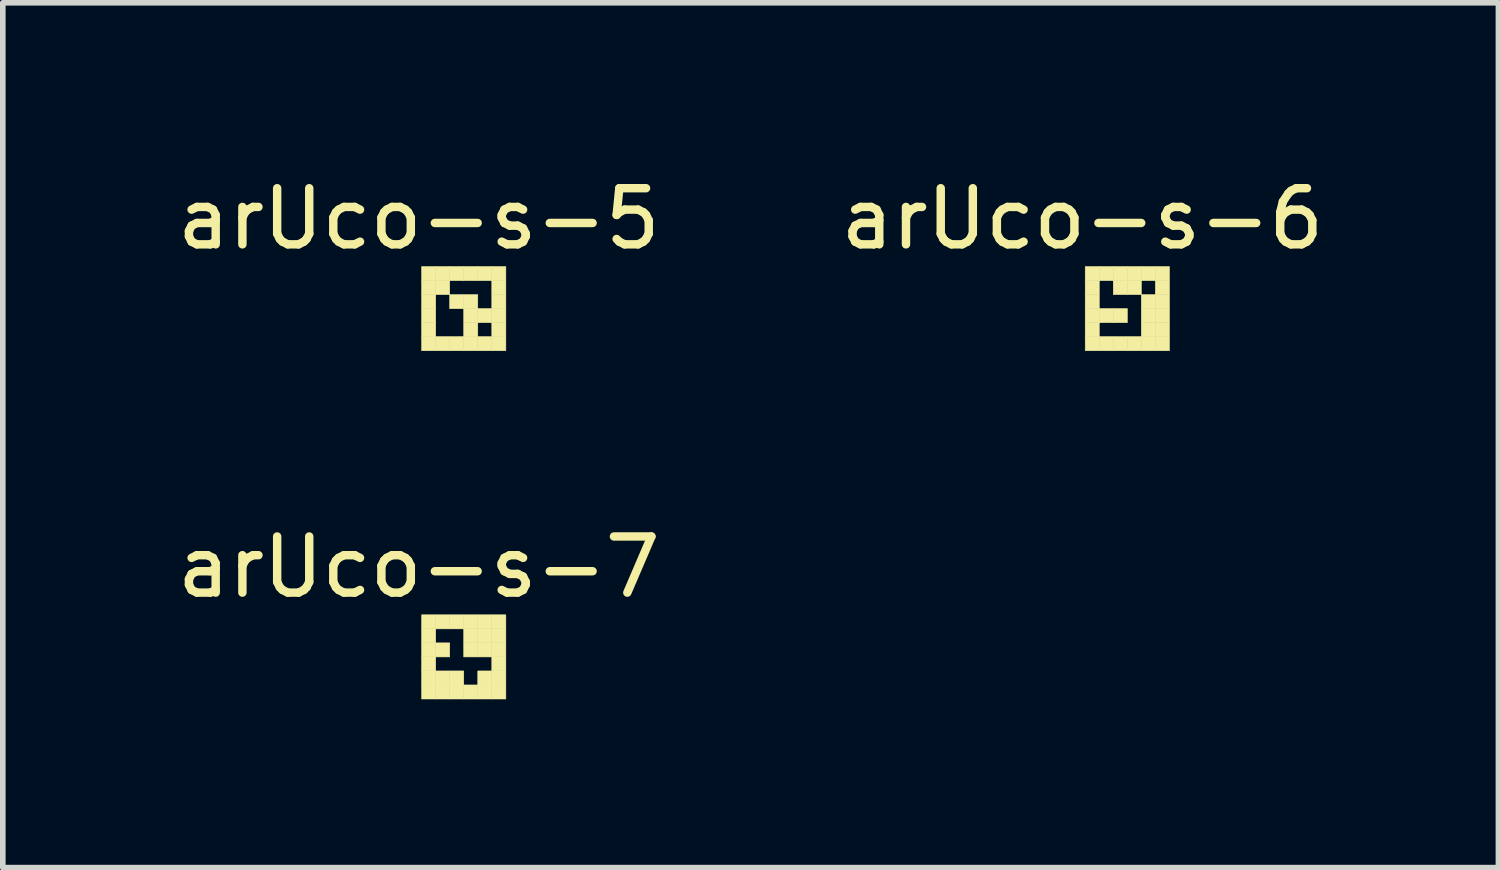
<source format=kicad_pcb>
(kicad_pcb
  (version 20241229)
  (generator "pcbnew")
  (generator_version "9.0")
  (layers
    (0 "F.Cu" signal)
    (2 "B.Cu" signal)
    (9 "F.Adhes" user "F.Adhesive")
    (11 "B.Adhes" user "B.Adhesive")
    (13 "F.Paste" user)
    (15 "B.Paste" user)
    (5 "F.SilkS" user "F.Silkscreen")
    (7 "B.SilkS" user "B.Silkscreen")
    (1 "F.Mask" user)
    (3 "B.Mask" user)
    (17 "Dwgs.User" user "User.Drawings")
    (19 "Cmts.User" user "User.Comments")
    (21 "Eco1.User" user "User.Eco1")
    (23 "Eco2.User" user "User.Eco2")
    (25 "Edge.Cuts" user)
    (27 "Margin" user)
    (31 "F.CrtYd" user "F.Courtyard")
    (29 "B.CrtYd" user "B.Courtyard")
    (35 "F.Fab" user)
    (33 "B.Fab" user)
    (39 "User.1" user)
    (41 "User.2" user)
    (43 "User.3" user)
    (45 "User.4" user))
  (footprint "arUco-s-6"
    (layer "F.Cu")
    (at 16.282 1.698)
    (property "Reference" "arUco-s-6" (at -0.05 -0.85 0) (unlocked yes) (layer "F.SilkS") (effects (font (size 1 1) (thickness 0.15))))
    (attr through_hole)
    (fp_poly (pts (xy 0 0) (xy 0.25 0) (xy 0.25 0.25) (xy 0 0.25)) (stroke (width 0.01) (type solid)) (fill yes) (layer "F.SilkS"))
    (fp_poly (pts (xy 0 0.25) (xy 0.25 0.25) (xy 0.25 0.5) (xy 0 0.5)) (stroke (width 0.01) (type solid)) (fill yes) (layer "F.SilkS"))
    (fp_poly (pts (xy 0 0.5) (xy 0.25 0.5) (xy 0.25 0.75) (xy 0 0.75)) (stroke (width 0.01) (type solid)) (fill yes) (layer "F.SilkS"))
    (fp_poly (pts (xy 0 0.75) (xy 0.25 0.75) (xy 0.25 1) (xy 0 1)) (stroke (width 0.01) (type solid)) (fill yes) (layer "F.SilkS"))
    (fp_poly (pts (xy 0 1) (xy 0.25 1) (xy 0.25 1.25) (xy 0 1.25)) (stroke (width 0.01) (type solid)) (fill yes) (layer "F.SilkS"))
    (fp_poly (pts (xy 0 1.25) (xy 0.25 1.25) (xy 0.25 1.5) (xy 0 1.5)) (stroke (width 0.01) (type solid)) (fill yes) (layer "F.SilkS"))
    (fp_poly (pts (xy 0.25 0) (xy 0.5 0) (xy 0.5 0.25) (xy 0.25 0.25)) (stroke (width 0.01) (type solid)) (fill yes) (layer "F.SilkS"))
    (fp_poly (pts (xy 0.25 0.75) (xy 0.5 0.75) (xy 0.5 1) (xy 0.25 1)) (stroke (width 0.01) (type solid)) (fill yes) (layer "F.SilkS"))
    (fp_poly (pts (xy 0.25 1.25) (xy 0.5 1.25) (xy 0.5 1.5) (xy 0.25 1.5)) (stroke (width 0.01) (type solid)) (fill yes) (layer "F.SilkS"))
    (fp_poly (pts (xy 0.5 0) (xy 0.75 0) (xy 0.75 0.25) (xy 0.5 0.25)) (stroke (width 0.01) (type solid)) (fill yes) (layer "F.SilkS"))
    (fp_poly (pts (xy 0.5 0.25) (xy 0.75 0.25) (xy 0.75 0.5) (xy 0.5 0.5)) (stroke (width 0.01) (type solid)) (fill yes) (layer "F.SilkS"))
    (fp_poly (pts (xy 0.5 0.75) (xy 0.75 0.75) (xy 0.75 1) (xy 0.5 1)) (stroke (width 0.01) (type solid)) (fill yes) (layer "F.SilkS"))
    (fp_poly (pts (xy 0.5 1.25) (xy 0.75 1.25) (xy 0.75 1.5) (xy 0.5 1.5)) (stroke (width 0.01) (type solid)) (fill yes) (layer "F.SilkS"))
    (fp_poly (pts (xy 0.75 0) (xy 1 0) (xy 1 0.25) (xy 0.75 0.25)) (stroke (width 0.01) (type solid)) (fill yes) (layer "F.SilkS"))
    (fp_poly (pts (xy 0.75 0.25) (xy 1 0.25) (xy 1 0.5) (xy 0.75 0.5)) (stroke (width 0.01) (type solid)) (fill yes) (layer "F.SilkS"))
    (fp_poly (pts (xy 0.75 1.25) (xy 1 1.25) (xy 1 1.5) (xy 0.75 1.5)) (stroke (width 0.01) (type solid)) (fill yes) (layer "F.SilkS"))
    (fp_poly (pts (xy 1 0) (xy 1.25 0) (xy 1.25 0.25) (xy 1 0.25)) (stroke (width 0.01) (type solid)) (fill yes) (layer "F.SilkS"))
    (fp_poly (pts (xy 1 0.5) (xy 1.25 0.5) (xy 1.25 0.75) (xy 1 0.75)) (stroke (width 0.01) (type solid)) (fill yes) (layer "F.SilkS"))
    (fp_poly (pts (xy 1 0.75) (xy 1.25 0.75) (xy 1.25 1) (xy 1 1)) (stroke (width 0.01) (type solid)) (fill yes) (layer "F.SilkS"))
    (fp_poly (pts (xy 1 1) (xy 1.25 1) (xy 1.25 1.25) (xy 1 1.25)) (stroke (width 0.01) (type solid)) (fill yes) (layer "F.SilkS"))
    (fp_poly (pts (xy 1 1.25) (xy 1.25 1.25) (xy 1.25 1.5) (xy 1 1.5)) (stroke (width 0.01) (type solid)) (fill yes) (layer "F.SilkS"))
    (fp_poly (pts (xy 1.25 0) (xy 1.5 0) (xy 1.5 0.25) (xy 1.25 0.25)) (stroke (width 0.01) (type solid)) (fill yes) (layer "F.SilkS"))
    (fp_poly (pts (xy 1.25 0.25) (xy 1.5 0.25) (xy 1.5 0.5) (xy 1.25 0.5)) (stroke (width 0.01) (type solid)) (fill yes) (layer "F.SilkS"))
    (fp_poly (pts (xy 1.25 0.5) (xy 1.5 0.5) (xy 1.5 0.75) (xy 1.25 0.75)) (stroke (width 0.01) (type solid)) (fill yes) (layer "F.SilkS"))
    (fp_poly (pts (xy 1.25 0.75) (xy 1.5 0.75) (xy 1.5 1) (xy 1.25 1)) (stroke (width 0.01) (type solid)) (fill yes) (layer "F.SilkS"))
    (fp_poly (pts (xy 1.25 1) (xy 1.5 1) (xy 1.5 1.25) (xy 1.25 1.25)) (stroke (width 0.01) (type solid)) (fill yes) (layer "F.SilkS"))
    (fp_poly (pts (xy 1.25 1.25) (xy 1.5 1.25) (xy 1.5 1.5) (xy 1.25 1.5)) (stroke (width 0.01) (type solid)) (fill yes) (layer "F.SilkS")))
  (footprint "arUco-s-5"
    (layer "F.Cu")
    (at 4.461 1.698)
    (property "Reference" "arUco-s-5" (at -0.05 -0.85 0) (unlocked yes) (layer "F.SilkS") (effects (font (size 1 1) (thickness 0.15))))
    (attr through_hole)
    (fp_poly (pts (xy 0 0) (xy 0.25 0) (xy 0.25 0.25) (xy 0 0.25)) (stroke (width 0.01) (type solid)) (fill yes) (layer "F.SilkS"))
    (fp_poly (pts (xy 0 0.25) (xy 0.25 0.25) (xy 0.25 0.5) (xy 0 0.5)) (stroke (width 0.01) (type solid)) (fill yes) (layer "F.SilkS"))
    (fp_poly (pts (xy 0 0.5) (xy 0.25 0.5) (xy 0.25 0.75) (xy 0 0.75)) (stroke (width 0.01) (type solid)) (fill yes) (layer "F.SilkS"))
    (fp_poly (pts (xy 0 0.75) (xy 0.25 0.75) (xy 0.25 1) (xy 0 1)) (stroke (width 0.01) (type solid)) (fill yes) (layer "F.SilkS"))
    (fp_poly (pts (xy 0 1) (xy 0.25 1) (xy 0.25 1.25) (xy 0 1.25)) (stroke (width 0.01) (type solid)) (fill yes) (layer "F.SilkS"))
    (fp_poly (pts (xy 0 1.25) (xy 0.25 1.25) (xy 0.25 1.5) (xy 0 1.5)) (stroke (width 0.01) (type solid)) (fill yes) (layer "F.SilkS"))
    (fp_poly (pts (xy 0.25 0) (xy 0.5 0) (xy 0.5 0.25) (xy 0.25 0.25)) (stroke (width 0.01) (type solid)) (fill yes) (layer "F.SilkS"))
    (fp_poly (pts (xy 0.25 0.25) (xy 0.5 0.25) (xy 0.5 0.5) (xy 0.25 0.5)) (stroke (width 0.01) (type solid)) (fill yes) (layer "F.SilkS"))
    (fp_poly (pts (xy 0.25 1.25) (xy 0.5 1.25) (xy 0.5 1.5) (xy 0.25 1.5)) (stroke (width 0.01) (type solid)) (fill yes) (layer "F.SilkS"))
    (fp_poly (pts (xy 0.5 0) (xy 0.75 0) (xy 0.75 0.25) (xy 0.5 0.25)) (stroke (width 0.01) (type solid)) (fill yes) (layer "F.SilkS"))
    (fp_poly (pts (xy 0.5 0.5) (xy 0.75 0.5) (xy 0.75 0.75) (xy 0.5 0.75)) (stroke (width 0.01) (type solid)) (fill yes) (layer "F.SilkS"))
    (fp_poly (pts (xy 0.5 1.25) (xy 0.75 1.25) (xy 0.75 1.5) (xy 0.5 1.5)) (stroke (width 0.01) (type solid)) (fill yes) (layer "F.SilkS"))
    (fp_poly (pts (xy 0.75 0) (xy 1 0) (xy 1 0.25) (xy 0.75 0.25)) (stroke (width 0.01) (type solid)) (fill yes) (layer "F.SilkS"))
    (fp_poly (pts (xy 0.75 0.5) (xy 1 0.5) (xy 1 0.75) (xy 0.75 0.75)) (stroke (width 0.01) (type solid)) (fill yes) (layer "F.SilkS"))
    (fp_poly (pts (xy 0.75 0.75) (xy 1 0.75) (xy 1 1) (xy 0.75 1)) (stroke (width 0.01) (type solid)) (fill yes) (layer "F.SilkS"))
    (fp_poly (pts (xy 0.75 1) (xy 1 1) (xy 1 1.25) (xy 0.75 1.25)) (stroke (width 0.01) (type solid)) (fill yes) (layer "F.SilkS"))
    (fp_poly (pts (xy 0.75 1.25) (xy 1 1.25) (xy 1 1.5) (xy 0.75 1.5)) (stroke (width 0.01) (type solid)) (fill yes) (layer "F.SilkS"))
    (fp_poly (pts (xy 1 0) (xy 1.25 0) (xy 1.25 0.25) (xy 1 0.25)) (stroke (width 0.01) (type solid)) (fill yes) (layer "F.SilkS"))
    (fp_poly (pts (xy 1 0.75) (xy 1.25 0.75) (xy 1.25 1) (xy 1 1)) (stroke (width 0.01) (type solid)) (fill yes) (layer "F.SilkS"))
    (fp_poly (pts (xy 1 1.25) (xy 1.25 1.25) (xy 1.25 1.5) (xy 1 1.5)) (stroke (width 0.01) (type solid)) (fill yes) (layer "F.SilkS"))
    (fp_poly (pts (xy 1.25 0) (xy 1.5 0) (xy 1.5 0.25) (xy 1.25 0.25)) (stroke (width 0.01) (type solid)) (fill yes) (layer "F.SilkS"))
    (fp_poly (pts (xy 1.25 0.25) (xy 1.5 0.25) (xy 1.5 0.5) (xy 1.25 0.5)) (stroke (width 0.01) (type solid)) (fill yes) (layer "F.SilkS"))
    (fp_poly (pts (xy 1.25 0.5) (xy 1.5 0.5) (xy 1.5 0.75) (xy 1.25 0.75)) (stroke (width 0.01) (type solid)) (fill yes) (layer "F.SilkS"))
    (fp_poly (pts (xy 1.25 0.75) (xy 1.5 0.75) (xy 1.5 1) (xy 1.25 1)) (stroke (width 0.01) (type solid)) (fill yes) (layer "F.SilkS"))
    (fp_poly (pts (xy 1.25 1) (xy 1.5 1) (xy 1.5 1.25) (xy 1.25 1.25)) (stroke (width 0.01) (type solid)) (fill yes) (layer "F.SilkS"))
    (fp_poly (pts (xy 1.25 1.25) (xy 1.5 1.25) (xy 1.5 1.5) (xy 1.25 1.5)) (stroke (width 0.01) (type solid)) (fill yes) (layer "F.SilkS")))
  (footprint "arUco-s-7"
    (layer "F.Cu")
    (at 4.461 7.902)
    (property "Reference" "arUco-s-7" (at -0.05 -0.85 0) (unlocked yes) (layer "F.SilkS") (effects (font (size 1 1) (thickness 0.15))))
    (attr through_hole)
    (fp_poly (pts (xy 0 0) (xy 0.25 0) (xy 0.25 0.25) (xy 0 0.25)) (stroke (width 0.01) (type solid)) (fill yes) (layer "F.SilkS"))
    (fp_poly (pts (xy 0 0.25) (xy 0.25 0.25) (xy 0.25 0.5) (xy 0 0.5)) (stroke (width 0.01) (type solid)) (fill yes) (layer "F.SilkS"))
    (fp_poly (pts (xy 0 0.5) (xy 0.25 0.5) (xy 0.25 0.75) (xy 0 0.75)) (stroke (width 0.01) (type solid)) (fill yes) (layer "F.SilkS"))
    (fp_poly (pts (xy 0 0.75) (xy 0.25 0.75) (xy 0.25 1) (xy 0 1)) (stroke (width 0.01) (type solid)) (fill yes) (layer "F.SilkS"))
    (fp_poly (pts (xy 0 1) (xy 0.25 1) (xy 0.25 1.25) (xy 0 1.25)) (stroke (width 0.01) (type solid)) (fill yes) (layer "F.SilkS"))
    (fp_poly (pts (xy 0 1.25) (xy 0.25 1.25) (xy 0.25 1.5) (xy 0 1.5)) (stroke (width 0.01) (type solid)) (fill yes) (layer "F.SilkS"))
    (fp_poly (pts (xy 0.25 0) (xy 0.5 0) (xy 0.5 0.25) (xy 0.25 0.25)) (stroke (width 0.01) (type solid)) (fill yes) (layer "F.SilkS"))
    (fp_poly (pts (xy 0.25 0.5) (xy 0.5 0.5) (xy 0.5 0.75) (xy 0.25 0.75)) (stroke (width 0.01) (type solid)) (fill yes) (layer "F.SilkS"))
    (fp_poly (pts (xy 0.25 1) (xy 0.5 1) (xy 0.5 1.25) (xy 0.25 1.25)) (stroke (width 0.01) (type solid)) (fill yes) (layer "F.SilkS"))
    (fp_poly (pts (xy 0.25 1.25) (xy 0.5 1.25) (xy 0.5 1.5) (xy 0.25 1.5)) (stroke (width 0.01) (type solid)) (fill yes) (layer "F.SilkS"))
    (fp_poly (pts (xy 0.5 0) (xy 0.75 0) (xy 0.75 0.25) (xy 0.5 0.25)) (stroke (width 0.01) (type solid)) (fill yes) (layer "F.SilkS"))
    (fp_poly (pts (xy 0.5 1) (xy 0.75 1) (xy 0.75 1.25) (xy 0.5 1.25)) (stroke (width 0.01) (type solid)) (fill yes) (layer "F.SilkS"))
    (fp_poly (pts (xy 0.5 1.25) (xy 0.75 1.25) (xy 0.75 1.5) (xy 0.5 1.5)) (stroke (width 0.01) (type solid)) (fill yes) (layer "F.SilkS"))
    (fp_poly (pts (xy 0.75 0) (xy 1 0) (xy 1 0.25) (xy 0.75 0.25)) (stroke (width 0.01) (type solid)) (fill yes) (layer "F.SilkS"))
    (fp_poly (pts (xy 0.75 0.25) (xy 1 0.25) (xy 1 0.5) (xy 0.75 0.5)) (stroke (width 0.01) (type solid)) (fill yes) (layer "F.SilkS"))
    (fp_poly (pts (xy 0.75 0.5) (xy 1 0.5) (xy 1 0.75) (xy 0.75 0.75)) (stroke (width 0.01) (type solid)) (fill yes) (layer "F.SilkS"))
    (fp_poly (pts (xy 0.75 1.25) (xy 1 1.25) (xy 1 1.5) (xy 0.75 1.5)) (stroke (width 0.01) (type solid)) (fill yes) (layer "F.SilkS"))
    (fp_poly (pts (xy 1 0) (xy 1.25 0) (xy 1.25 0.25) (xy 1 0.25)) (stroke (width 0.01) (type solid)) (fill yes) (layer "F.SilkS"))
    (fp_poly (pts (xy 1 0.25) (xy 1.25 0.25) (xy 1.25 0.5) (xy 1 0.5)) (stroke (width 0.01) (type solid)) (fill yes) (layer "F.SilkS"))
    (fp_poly (pts (xy 1 0.5) (xy 1.25 0.5) (xy 1.25 0.75) (xy 1 0.75)) (stroke (width 0.01) (type solid)) (fill yes) (layer "F.SilkS"))
    (fp_poly (pts (xy 1 1) (xy 1.25 1) (xy 1.25 1.25) (xy 1 1.25)) (stroke (width 0.01) (type solid)) (fill yes) (layer "F.SilkS"))
    (fp_poly (pts (xy 1 1.25) (xy 1.25 1.25) (xy 1.25 1.5) (xy 1 1.5)) (stroke (width 0.01) (type solid)) (fill yes) (layer "F.SilkS"))
    (fp_poly (pts (xy 1.25 0) (xy 1.5 0) (xy 1.5 0.25) (xy 1.25 0.25)) (stroke (width 0.01) (type solid)) (fill yes) (layer "F.SilkS"))
    (fp_poly (pts (xy 1.25 0.25) (xy 1.5 0.25) (xy 1.5 0.5) (xy 1.25 0.5)) (stroke (width 0.01) (type solid)) (fill yes) (layer "F.SilkS"))
    (fp_poly (pts (xy 1.25 0.5) (xy 1.5 0.5) (xy 1.5 0.75) (xy 1.25 0.75)) (stroke (width 0.01) (type solid)) (fill yes) (layer "F.SilkS"))
    (fp_poly (pts (xy 1.25 0.75) (xy 1.5 0.75) (xy 1.5 1) (xy 1.25 1)) (stroke (width 0.01) (type solid)) (fill yes) (layer "F.SilkS"))
    (fp_poly (pts (xy 1.25 1) (xy 1.5 1) (xy 1.5 1.25) (xy 1.25 1.25)) (stroke (width 0.01) (type solid)) (fill yes) (layer "F.SilkS"))
    (fp_poly (pts (xy 1.25 1.25) (xy 1.5 1.25) (xy 1.5 1.5) (xy 1.25 1.5)) (stroke (width 0.01) (type solid)) (fill yes) (layer "F.SilkS")))
  (gr_rect
    (start -3 -3)
    (end 23.643 12.406)
    (stroke (width 0.1) (type default))
    (fill no)
    (layer "Edge.Cuts")))
</source>
